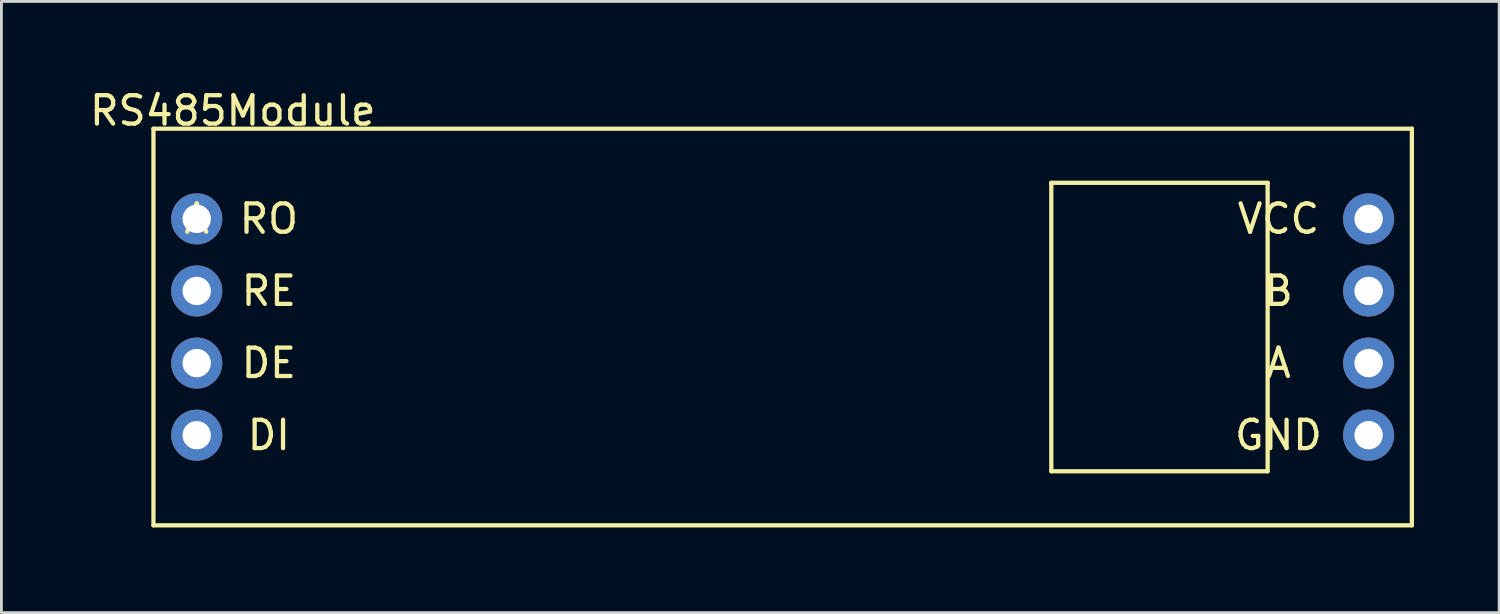
<source format=kicad_pcb>
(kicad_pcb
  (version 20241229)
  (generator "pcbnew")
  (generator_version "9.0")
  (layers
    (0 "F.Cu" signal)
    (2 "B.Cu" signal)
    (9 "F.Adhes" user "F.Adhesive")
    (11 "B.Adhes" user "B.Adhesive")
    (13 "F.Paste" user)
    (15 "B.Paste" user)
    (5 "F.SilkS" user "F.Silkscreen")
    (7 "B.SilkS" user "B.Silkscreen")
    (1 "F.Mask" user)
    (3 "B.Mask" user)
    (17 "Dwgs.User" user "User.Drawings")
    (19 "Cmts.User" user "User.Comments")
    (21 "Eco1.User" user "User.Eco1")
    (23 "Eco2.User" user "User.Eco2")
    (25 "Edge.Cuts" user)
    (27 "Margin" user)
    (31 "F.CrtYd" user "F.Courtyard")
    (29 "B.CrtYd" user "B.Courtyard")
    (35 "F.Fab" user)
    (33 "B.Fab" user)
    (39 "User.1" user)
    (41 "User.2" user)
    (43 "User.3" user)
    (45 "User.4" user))
  (footprint "RS485Module"
    (layer "F.Cu")
    (at 3.879 4.658)
    (property "Reference" "RS485Module" (at 1.27 -3.81 0) (layer "F.SilkS") (effects (font (size 1 1) (thickness 0.15))))
    (attr through_hole)
    (fp_line (start -1.524 -3.175) (end 42.799 -3.175) (stroke (width 0.15) (type solid)) (layer "F.SilkS"))
    (fp_line (start -1.524 10.795) (end -1.524 -3.175) (stroke (width 0.15) (type solid)) (layer "F.SilkS"))
    (fp_line (start 30.099 -1.27) (end 37.719 -1.27) (stroke (width 0.15) (type solid)) (layer "F.SilkS"))
    (fp_line (start 30.099 8.89) (end 30.099 -1.27) (stroke (width 0.15) (type solid)) (layer "F.SilkS"))
    (fp_line (start 37.719 -1.27) (end 37.719 8.89) (stroke (width 0.15) (type solid)) (layer "F.SilkS"))
    (fp_line (start 37.719 8.89) (end 30.099 8.89) (stroke (width 0.15) (type solid)) (layer "F.SilkS"))
    (fp_line (start 42.799 -3.175) (end 42.799 10.795) (stroke (width 0.15) (type solid)) (layer "F.SilkS"))
    (fp_line (start 42.799 10.795) (end -1.524 10.795) (stroke (width 0.15) (type solid)) (layer "F.SilkS"))
    (fp_text user "A" (at 0 0 0) (layer "F.SilkS") (effects (font (size 1 1) (thickness 0.15))))
    (fp_text user "B" (at 38.1 2.54 0) (layer "F.SilkS") (effects (font (size 1 1) (thickness 0.15))))
    (fp_text user "GND" (at 38.1 7.62 0) (layer "F.SilkS") (effects (font (size 1 1) (thickness 0.15))))
    (fp_text user "VCC" (at 38.1 0 0) (layer "F.SilkS") (effects (font (size 1 1) (thickness 0.15))))
    (fp_text user "A" (at 38.1 5.08 0) (layer "F.SilkS") (effects (font (size 1 1) (thickness 0.15))))
    (fp_text user "DE" (at 2.54 5.08 0) (layer "F.SilkS") (effects (font (size 1 1) (thickness 0.15))))
    (fp_text user "RE" (at 2.54 2.54 0) (layer "F.SilkS") (effects (font (size 1 1) (thickness 0.15))))
    (fp_text user "RO" (at 2.54 0 0) (layer "F.SilkS") (effects (font (size 1 1) (thickness 0.15))))
    (fp_text user "DI" (at 2.54 7.62 0) (layer "F.SilkS") (effects (font (size 1 1) (thickness 0.15))))
    (pad "A" thru_hole circle (at 41.275 5.08) (size 1.8 1.8) (drill 1) (layers "*.Cu" "*.Mask"))
    (pad "B" thru_hole circle (at 41.275 2.54) (size 1.8 1.8) (drill 1) (layers "*.Cu" "*.Mask"))
    (pad "DE" thru_hole circle (at 0 5.08) (size 1.8 1.8) (drill 1) (layers "*.Cu" "*.Mask"))
    (pad "DI" thru_hole circle (at 0 7.62) (size 1.8 1.8) (drill 1) (layers "*.Cu" "*.Mask"))
    (pad "GND" thru_hole circle (at 41.275 7.62) (size 1.8 1.8) (drill 1) (layers "*.Cu" "*.Mask"))
    (pad "RE" thru_hole circle (at 0 2.54) (size 1.8 1.8) (drill 1) (layers "*.Cu" "*.Mask"))
    (pad "RO" thru_hole circle (at 0 0) (size 1.8 1.8) (drill 1) (layers "*.Cu" "*.Mask"))
    (pad "VCC" thru_hole circle (at 41.275 0) (size 1.8 1.8) (drill 1) (layers "*.Cu" "*.Mask")))
  (gr_rect
    (start -3 -3)
    (end 49.753 18.528)
    (stroke (width 0.1) (type default))
    (fill no)
    (layer "Edge.Cuts")))
</source>
